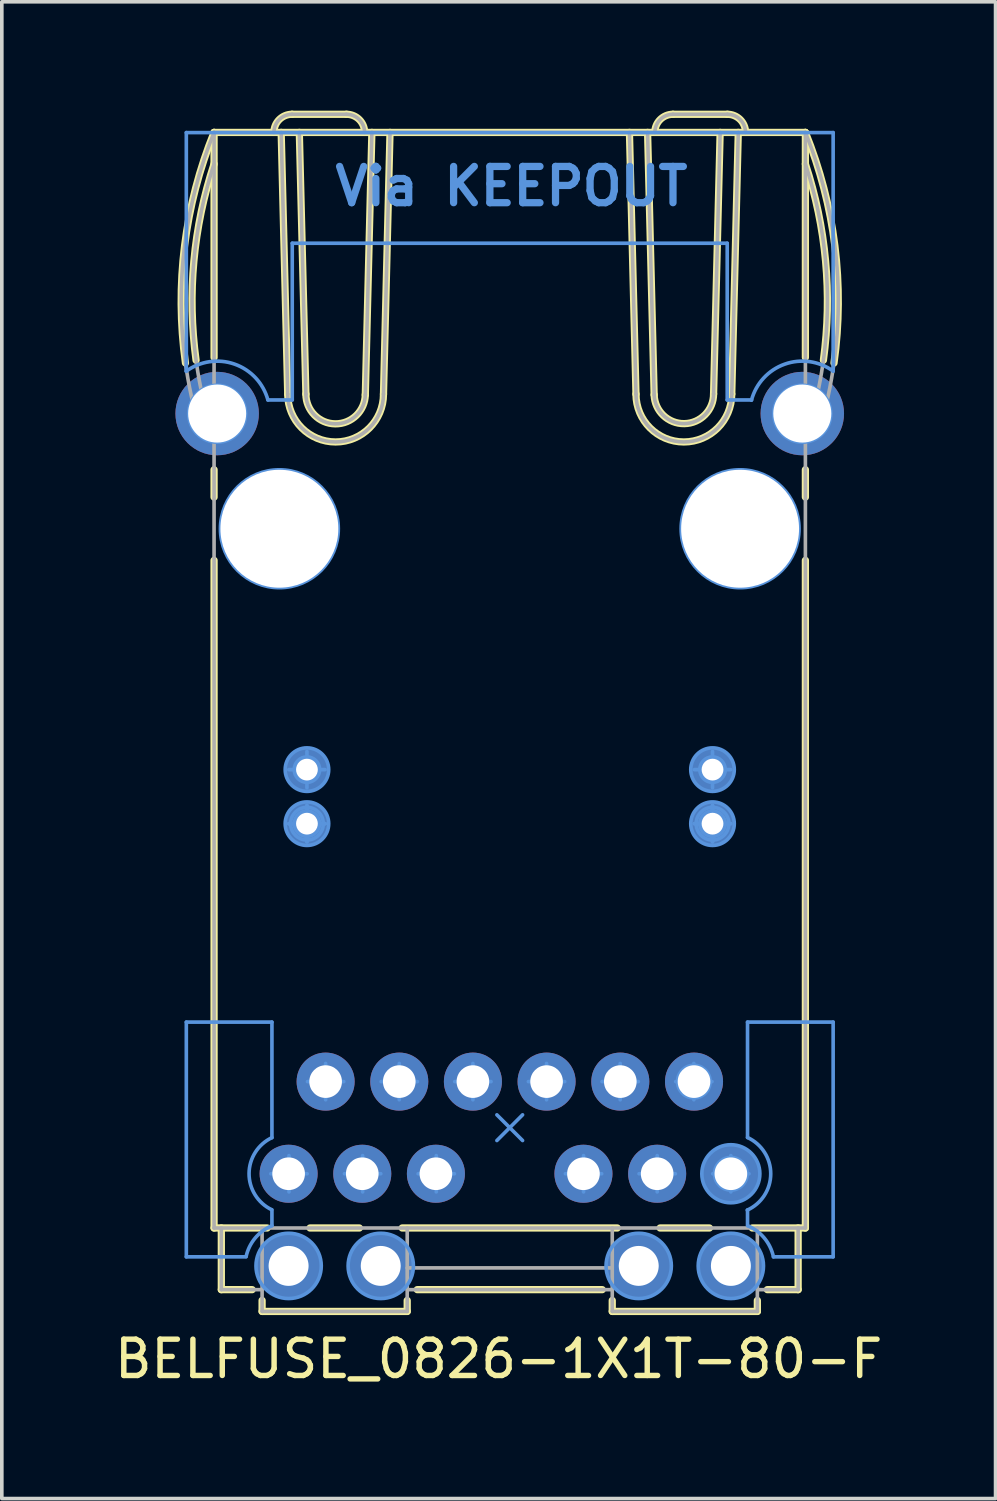
<source format=kicad_pcb>
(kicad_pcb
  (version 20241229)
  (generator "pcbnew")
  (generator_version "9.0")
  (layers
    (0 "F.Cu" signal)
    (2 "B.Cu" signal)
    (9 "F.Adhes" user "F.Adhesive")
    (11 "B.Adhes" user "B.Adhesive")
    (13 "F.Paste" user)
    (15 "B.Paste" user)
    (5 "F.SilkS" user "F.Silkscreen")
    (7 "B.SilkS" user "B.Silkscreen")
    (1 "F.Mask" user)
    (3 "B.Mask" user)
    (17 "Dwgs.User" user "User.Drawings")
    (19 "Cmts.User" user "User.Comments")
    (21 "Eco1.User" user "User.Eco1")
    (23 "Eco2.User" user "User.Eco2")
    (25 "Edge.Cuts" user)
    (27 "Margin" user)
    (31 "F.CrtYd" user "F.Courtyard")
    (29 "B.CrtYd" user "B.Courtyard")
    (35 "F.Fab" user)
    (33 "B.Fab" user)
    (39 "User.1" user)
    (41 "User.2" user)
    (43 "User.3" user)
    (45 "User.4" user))
  (footprint "BELFUSE_0826-1X1T-80-F"
    (layer "F.Cu")
    (at 11.001 28.035)
    (property "Reference" "BELFUSE_0826-1X1T-80-F" (at -0.305 6.375 0) (layer "F.SilkS") (effects (font (size 1 1) (thickness 0.15))))
    (attr through_hole)
    (fp_line (start -8.15 -27.435) (end 8.15 -27.435) (stroke (width 0.2) (type solid)) (layer "F.SilkS"))
    (fp_line (start -8.15 -21.233) (end -8.15 -27.435) (stroke (width 0.2) (type solid)) (layer "F.SilkS"))
    (fp_line (start -8.15 -17.382) (end -8.15 -18.137) (stroke (width 0.2) (type solid)) (layer "F.SilkS"))
    (fp_line (start -8.15 2.765) (end -8.15 -15.638) (stroke (width 0.2) (type solid)) (layer "F.SilkS"))
    (fp_line (start -8.15 2.765) (end -6.685 2.765) (stroke (width 0.2) (type solid)) (layer "F.SilkS"))
    (fp_line (start -7.95 4.465) (end -7.95 2.765) (stroke (width 0.2) (type solid)) (layer "F.SilkS"))
    (fp_line (start -7.95 4.465) (end -7.1 4.465) (stroke (width 0.2) (type solid)) (layer "F.SilkS"))
    (fp_line (start -6.826 5.065) (end -6.826 4.762) (stroke (width 0.2) (type solid)) (layer "F.SilkS"))
    (fp_line (start -6.826 5.065) (end -2.826 5.065) (stroke (width 0.2) (type solid)) (layer "F.SilkS"))
    (fp_line (start -6.3 -27.435) (end -6.12 -20.222) (stroke (width 0.2) (type solid)) (layer "F.SilkS"))
    (fp_line (start -6 -27.935) (end -4.5 -27.935) (stroke (width 0.2) (type solid)) (layer "F.SilkS"))
    (fp_line (start -5.8 -27.435) (end -5.619 -20.222) (stroke (width 0.2) (type solid)) (layer "F.SilkS"))
    (fp_line (start -5.505 2.765) (end -4.145 2.765) (stroke (width 0.2) (type solid)) (layer "F.SilkS"))
    (fp_line (start -3.981 -20.201) (end -3.8 -27.435) (stroke (width 0.2) (type solid)) (layer "F.SilkS"))
    (fp_line (start -3.48 -20.222) (end -3.3 -27.435) (stroke (width 0.2) (type solid)) (layer "F.SilkS"))
    (fp_line (start -2.965 2.765) (end 2.965 2.765) (stroke (width 0.2) (type solid)) (layer "F.SilkS"))
    (fp_line (start -2.826 5.065) (end -2.826 4.763) (stroke (width 0.2) (type solid)) (layer "F.SilkS"))
    (fp_line (start -2.549 4.465) (end 2.55 4.465) (stroke (width 0.2) (type solid)) (layer "F.SilkS"))
    (fp_line (start 2.826 5.065) (end 2.826 4.763) (stroke (width 0.2) (type solid)) (layer "F.SilkS"))
    (fp_line (start 2.826 5.065) (end 6.826 5.065) (stroke (width 0.2) (type solid)) (layer "F.SilkS"))
    (fp_line (start 3.3 -27.435) (end 3.48 -20.222) (stroke (width 0.2) (type solid)) (layer "F.SilkS"))
    (fp_line (start 3.8 -27.435) (end 3.981 -20.201) (stroke (width 0.2) (type solid)) (layer "F.SilkS"))
    (fp_line (start 4.145 2.765) (end 5.505 2.765) (stroke (width 0.2) (type solid)) (layer "F.SilkS"))
    (fp_line (start 4.5 -27.935) (end 6 -27.935) (stroke (width 0.2) (type solid)) (layer "F.SilkS"))
    (fp_line (start 5.619 -20.222) (end 5.8 -27.435) (stroke (width 0.2) (type solid)) (layer "F.SilkS"))
    (fp_line (start 6.12 -20.222) (end 6.3 -27.435) (stroke (width 0.2) (type solid)) (layer "F.SilkS"))
    (fp_line (start 6.685 2.765) (end 8.15 2.765) (stroke (width 0.2) (type solid)) (layer "F.SilkS"))
    (fp_line (start 6.826 5.065) (end 6.826 4.762) (stroke (width 0.2) (type solid)) (layer "F.SilkS"))
    (fp_line (start 7.101 4.465) (end 7.95 4.465) (stroke (width 0.2) (type solid)) (layer "F.SilkS"))
    (fp_line (start 7.95 4.465) (end 7.95 2.765) (stroke (width 0.2) (type solid)) (layer "F.SilkS"))
    (fp_line (start 8.15 -21.233) (end 8.15 -27.435) (stroke (width 0.2) (type solid)) (layer "F.SilkS"))
    (fp_line (start 8.15 -17.382) (end 8.15 -18.137) (stroke (width 0.2) (type solid)) (layer "F.SilkS"))
    (fp_line (start 8.15 2.765) (end 8.15 -15.638) (stroke (width 0.2) (type solid)) (layer "F.SilkS"))
    (fp_arc (start -8.938847 -21.079018) (mid -8.962814 -24.308936) (end -8.15 -27.435) (stroke (width 0.2) (type solid)) (layer "F.SilkS"))
    (fp_arc (start -8.646615 -21.156078) (mid -8.706442 -23.88883) (end -8.15 -26.565) (stroke (width 0.2) (type solid)) (layer "F.SilkS"))
    (fp_arc (start -6.5 -27.435) (mid -6.353553 -27.788553) (end -6 -27.935) (stroke (width 0.2) (type solid)) (layer "F.SilkS"))
    (fp_arc (start -4.5 -27.935) (mid -4.146447 -27.788553) (end -4 -27.435) (stroke (width 0.2) (type solid)) (layer "F.SilkS"))
    (fp_arc (start -3.981125 -20.207706) (mid -4.807147 -19.403031) (end -5.619 -20.222) (stroke (width 0.2) (type solid)) (layer "F.SilkS"))
    (fp_arc (start -3.48 -20.222) (mid -4.8 -18.902) (end -6.12 -20.222) (stroke (width 0.2) (type solid)) (layer "F.SilkS"))
    (fp_arc (start 4 -27.435) (mid 4.146447 -27.788553) (end 4.5 -27.935) (stroke (width 0.2) (type solid)) (layer "F.SilkS"))
    (fp_arc (start 5.619242 -20.228703) (mid 4.813852 -19.402848) (end 3.981 -20.201) (stroke (width 0.2) (type solid)) (layer "F.SilkS"))
    (fp_arc (start 6 -27.935) (mid 6.353553 -27.788553) (end 6.5 -27.435) (stroke (width 0.2) (type solid)) (layer "F.SilkS"))
    (fp_arc (start 6.12 -20.222) (mid 4.8 -18.902) (end 3.48 -20.222) (stroke (width 0.2) (type solid)) (layer "F.SilkS"))
    (fp_arc (start 8.15 -27.435) (mid 8.962814 -24.308936) (end 8.938847 -21.079018) (stroke (width 0.2) (type solid)) (layer "F.SilkS"))
    (fp_arc (start 8.15 -26.565) (mid 8.706442 -23.88883) (end 8.646615 -21.156078) (stroke (width 0.2) (type solid)) (layer "F.SilkS"))
    (fp_line (start -8.915 -27.43) (end 8.915 -27.43) (stroke (width 0.1) (type solid)) (layer "Cmts.User"))
    (fp_line (start -8.915 -20.855) (end -8.915 -27.43) (stroke (width 0.1) (type solid)) (layer "Cmts.User"))
    (fp_line (start -8.915 -2.91) (end -6.555 -2.91) (stroke (width 0.1) (type solid)) (layer "Cmts.User"))
    (fp_line (start -8.915 3.56) (end -8.915 -2.91) (stroke (width 0.1) (type solid)) (layer "Cmts.User"))
    (fp_line (start -8.915 3.56) (end -7.269 3.56) (stroke (width 0.1) (type solid)) (layer "Cmts.User"))
    (fp_line (start -8.565 -19.68) (end -8.065 -19.68) (stroke (width 0.1) (type solid)) (layer "Cmts.User"))
    (fp_line (start -8.065 -19.68) (end -8.065 -20.18) (stroke (width 0.1) (type solid)) (layer "Cmts.User"))
    (fp_line (start -8.065 -19.68) (end -7.565 -19.68) (stroke (width 0.1) (type solid)) (layer "Cmts.User"))
    (fp_line (start -8.065 -19.18) (end -8.065 -19.68) (stroke (width 0.1) (type solid)) (layer "Cmts.User"))
    (fp_line (start -6.85 -16.51) (end -6.35 -16.51) (stroke (width 0.1) (type solid)) (layer "Cmts.User"))
    (fp_line (start -6.666 -20.06) (end -5.995 -20.06) (stroke (width 0.1) (type solid)) (layer "Cmts.User"))
    (fp_line (start -6.595 3.81) (end -6.095 3.81) (stroke (width 0.1) (type solid)) (layer "Cmts.User"))
    (fp_line (start -6.585 1.27) (end -6.085 1.27) (stroke (width 0.1) (type solid)) (layer "Cmts.User"))
    (fp_line (start -6.555 0.275) (end -6.555 -2.91) (stroke (width 0.1) (type solid)) (layer "Cmts.User"))
    (fp_line (start -6.555 2.702) (end -6.555 2.265) (stroke (width 0.1) (type solid)) (layer "Cmts.User"))
    (fp_line (start -6.35 -16.51) (end -6.35 -17.01) (stroke (width 0.1) (type solid)) (layer "Cmts.User"))
    (fp_line (start -6.35 -16.51) (end -5.85 -16.51) (stroke (width 0.1) (type solid)) (layer "Cmts.User"))
    (fp_line (start -6.35 -16.01) (end -6.35 -16.51) (stroke (width 0.1) (type solid)) (layer "Cmts.User"))
    (fp_line (start -6.095 3.81) (end -6.095 3.31) (stroke (width 0.1) (type solid)) (layer "Cmts.User"))
    (fp_line (start -6.095 3.81) (end -5.595 3.81) (stroke (width 0.1) (type solid)) (layer "Cmts.User"))
    (fp_line (start -6.095 4.31) (end -6.095 3.81) (stroke (width 0.1) (type solid)) (layer "Cmts.User"))
    (fp_line (start -6.09 -9.87) (end -5.59 -9.87) (stroke (width 0.1) (type solid)) (layer "Cmts.User"))
    (fp_line (start -6.09 -8.38) (end -5.59 -8.38) (stroke (width 0.1) (type solid)) (layer "Cmts.User"))
    (fp_line (start -6.09 -8.38) (end -5.59 -8.38) (stroke (width 0.1) (type solid)) (layer "Cmts.User"))
    (fp_line (start -6.085 1.27) (end -6.085 0.77) (stroke (width 0.1) (type solid)) (layer "Cmts.User"))
    (fp_line (start -6.085 1.27) (end -5.585 1.27) (stroke (width 0.1) (type solid)) (layer "Cmts.User"))
    (fp_line (start -6.085 1.77) (end -6.085 1.27) (stroke (width 0.1) (type solid)) (layer "Cmts.User"))
    (fp_line (start -5.995 -24.38) (end 5.995 -24.38) (stroke (width 0.1) (type solid)) (layer "Cmts.User"))
    (fp_line (start -5.995 -20.06) (end -5.995 -24.38) (stroke (width 0.1) (type solid)) (layer "Cmts.User"))
    (fp_line (start -5.59 -9.87) (end -5.59 -10.37) (stroke (width 0.1) (type solid)) (layer "Cmts.User"))
    (fp_line (start -5.59 -9.87) (end -5.09 -9.87) (stroke (width 0.1) (type solid)) (layer "Cmts.User"))
    (fp_line (start -5.59 -9.37) (end -5.59 -9.87) (stroke (width 0.1) (type solid)) (layer "Cmts.User"))
    (fp_line (start -5.59 -8.38) (end -5.59 -8.88) (stroke (width 0.1) (type solid)) (layer "Cmts.User"))
    (fp_line (start -5.59 -8.38) (end -5.59 -8.88) (stroke (width 0.1) (type solid)) (layer "Cmts.User"))
    (fp_line (start -5.59 -8.38) (end -5.09 -8.38) (stroke (width 0.1) (type solid)) (layer "Cmts.User"))
    (fp_line (start -5.59 -8.38) (end -5.09 -8.38) (stroke (width 0.1) (type solid)) (layer "Cmts.User"))
    (fp_line (start -5.59 -7.88) (end -5.59 -8.38) (stroke (width 0.1) (type solid)) (layer "Cmts.User"))
    (fp_line (start -5.59 -7.88) (end -5.59 -8.38) (stroke (width 0.1) (type solid)) (layer "Cmts.User"))
    (fp_line (start -5.575 -1.27) (end -5.075 -1.27) (stroke (width 0.1) (type solid)) (layer "Cmts.User"))
    (fp_line (start -5.075 -1.27) (end -5.075 -1.77) (stroke (width 0.1) (type solid)) (layer "Cmts.User"))
    (fp_line (start -5.075 -1.27) (end -4.575 -1.27) (stroke (width 0.1) (type solid)) (layer "Cmts.User"))
    (fp_line (start -5.075 -0.77) (end -5.075 -1.27) (stroke (width 0.1) (type solid)) (layer "Cmts.User"))
    (fp_line (start -4.555 1.27) (end -4.055 1.27) (stroke (width 0.1) (type solid)) (layer "Cmts.User"))
    (fp_line (start -4.055 1.27) (end -4.055 0.77) (stroke (width 0.1) (type solid)) (layer "Cmts.User"))
    (fp_line (start -4.055 1.27) (end -3.555 1.27) (stroke (width 0.1) (type solid)) (layer "Cmts.User"))
    (fp_line (start -4.055 1.77) (end -4.055 1.27) (stroke (width 0.1) (type solid)) (layer "Cmts.User"))
    (fp_line (start -4.055 3.81) (end -3.555 3.81) (stroke (width 0.1) (type solid)) (layer "Cmts.User"))
    (fp_line (start -3.555 3.81) (end -3.555 3.31) (stroke (width 0.1) (type solid)) (layer "Cmts.User"))
    (fp_line (start -3.555 3.81) (end -3.055 3.81) (stroke (width 0.1) (type solid)) (layer "Cmts.User"))
    (fp_line (start -3.555 4.31) (end -3.555 3.81) (stroke (width 0.1) (type solid)) (layer "Cmts.User"))
    (fp_line (start -3.545 -1.27) (end -3.045 -1.27) (stroke (width 0.1) (type solid)) (layer "Cmts.User"))
    (fp_line (start -3.045 -1.27) (end -3.045 -1.77) (stroke (width 0.1) (type solid)) (layer "Cmts.User"))
    (fp_line (start -3.045 -1.27) (end -2.545 -1.27) (stroke (width 0.1) (type solid)) (layer "Cmts.User"))
    (fp_line (start -3.045 -0.77) (end -3.045 -1.27) (stroke (width 0.1) (type solid)) (layer "Cmts.User"))
    (fp_line (start -2.525 1.27) (end -2.025 1.27) (stroke (width 0.1) (type solid)) (layer "Cmts.User"))
    (fp_line (start -2.025 1.27) (end -2.025 0.77) (stroke (width 0.1) (type solid)) (layer "Cmts.User"))
    (fp_line (start -2.025 1.27) (end -1.525 1.27) (stroke (width 0.1) (type solid)) (layer "Cmts.User"))
    (fp_line (start -2.025 1.77) (end -2.025 1.27) (stroke (width 0.1) (type solid)) (layer "Cmts.User"))
    (fp_line (start -1.515 -1.27) (end -1.015 -1.27) (stroke (width 0.1) (type solid)) (layer "Cmts.User"))
    (fp_line (start -1.015 -1.27) (end -1.015 -1.77) (stroke (width 0.1) (type solid)) (layer "Cmts.User"))
    (fp_line (start -1.015 -1.27) (end -0.515 -1.27) (stroke (width 0.1) (type solid)) (layer "Cmts.User"))
    (fp_line (start -1.015 -0.77) (end -1.015 -1.27) (stroke (width 0.1) (type solid)) (layer "Cmts.User"))
    (fp_line (start -0.354 -0.354) (end 0 0) (stroke (width 0.1) (type solid)) (layer "Cmts.User"))
    (fp_line (start -0.354 0.354) (end 0 0) (stroke (width 0.1) (type solid)) (layer "Cmts.User"))
    (fp_line (start 0 0) (end 0.354 -0.354) (stroke (width 0.1) (type solid)) (layer "Cmts.User"))
    (fp_line (start 0 0) (end 0.354 0.354) (stroke (width 0.1) (type solid)) (layer "Cmts.User"))
    (fp_line (start 0.515 -1.27) (end 1.015 -1.27) (stroke (width 0.1) (type solid)) (layer "Cmts.User"))
    (fp_line (start 1.015 -1.27) (end 1.015 -1.77) (stroke (width 0.1) (type solid)) (layer "Cmts.User"))
    (fp_line (start 1.015 -1.27) (end 1.515 -1.27) (stroke (width 0.1) (type solid)) (layer "Cmts.User"))
    (fp_line (start 1.015 -0.77) (end 1.015 -1.27) (stroke (width 0.1) (type solid)) (layer "Cmts.User"))
    (fp_line (start 1.535 1.27) (end 2.035 1.27) (stroke (width 0.1) (type solid)) (layer "Cmts.User"))
    (fp_line (start 2.035 1.27) (end 2.035 0.77) (stroke (width 0.1) (type solid)) (layer "Cmts.User"))
    (fp_line (start 2.035 1.27) (end 2.535 1.27) (stroke (width 0.1) (type solid)) (layer "Cmts.User"))
    (fp_line (start 2.035 1.77) (end 2.035 1.27) (stroke (width 0.1) (type solid)) (layer "Cmts.User"))
    (fp_line (start 2.545 -1.27) (end 3.045 -1.27) (stroke (width 0.1) (type solid)) (layer "Cmts.User"))
    (fp_line (start 3.045 -1.27) (end 3.045 -1.77) (stroke (width 0.1) (type solid)) (layer "Cmts.User"))
    (fp_line (start 3.045 -1.27) (end 3.545 -1.27) (stroke (width 0.1) (type solid)) (layer "Cmts.User"))
    (fp_line (start 3.045 -0.77) (end 3.045 -1.27) (stroke (width 0.1) (type solid)) (layer "Cmts.User"))
    (fp_line (start 3.055 3.81) (end 3.555 3.81) (stroke (width 0.1) (type solid)) (layer "Cmts.User"))
    (fp_line (start 3.555 3.81) (end 3.555 3.31) (stroke (width 0.1) (type solid)) (layer "Cmts.User"))
    (fp_line (start 3.555 3.81) (end 4.055 3.81) (stroke (width 0.1) (type solid)) (layer "Cmts.User"))
    (fp_line (start 3.555 4.31) (end 3.555 3.81) (stroke (width 0.1) (type solid)) (layer "Cmts.User"))
    (fp_line (start 3.565 1.27) (end 4.065 1.27) (stroke (width 0.1) (type solid)) (layer "Cmts.User"))
    (fp_line (start 4.065 1.27) (end 4.065 0.77) (stroke (width 0.1) (type solid)) (layer "Cmts.User"))
    (fp_line (start 4.065 1.27) (end 4.565 1.27) (stroke (width 0.1) (type solid)) (layer "Cmts.User"))
    (fp_line (start 4.065 1.77) (end 4.065 1.27) (stroke (width 0.1) (type solid)) (layer "Cmts.User"))
    (fp_line (start 4.575 -1.27) (end 5.075 -1.27) (stroke (width 0.1) (type solid)) (layer "Cmts.User"))
    (fp_line (start 5.075 -1.27) (end 5.075 -1.77) (stroke (width 0.1) (type solid)) (layer "Cmts.User"))
    (fp_line (start 5.075 -1.27) (end 5.575 -1.27) (stroke (width 0.1) (type solid)) (layer "Cmts.User"))
    (fp_line (start 5.075 -0.77) (end 5.075 -1.27) (stroke (width 0.1) (type solid)) (layer "Cmts.User"))
    (fp_line (start 5.09 -9.87) (end 5.59 -9.87) (stroke (width 0.1) (type solid)) (layer "Cmts.User"))
    (fp_line (start 5.09 -8.38) (end 5.59 -8.38) (stroke (width 0.1) (type solid)) (layer "Cmts.User"))
    (fp_line (start 5.09 -8.38) (end 5.59 -8.38) (stroke (width 0.1) (type solid)) (layer "Cmts.User"))
    (fp_line (start 5.59 -9.87) (end 5.59 -10.37) (stroke (width 0.1) (type solid)) (layer "Cmts.User"))
    (fp_line (start 5.59 -9.87) (end 6.09 -9.87) (stroke (width 0.1) (type solid)) (layer "Cmts.User"))
    (fp_line (start 5.59 -9.37) (end 5.59 -9.87) (stroke (width 0.1) (type solid)) (layer "Cmts.User"))
    (fp_line (start 5.59 -8.38) (end 5.59 -8.88) (stroke (width 0.1) (type solid)) (layer "Cmts.User"))
    (fp_line (start 5.59 -8.38) (end 5.59 -8.88) (stroke (width 0.1) (type solid)) (layer "Cmts.User"))
    (fp_line (start 5.59 -8.38) (end 6.09 -8.38) (stroke (width 0.1) (type solid)) (layer "Cmts.User"))
    (fp_line (start 5.59 -8.38) (end 6.09 -8.38) (stroke (width 0.1) (type solid)) (layer "Cmts.User"))
    (fp_line (start 5.59 -7.88) (end 5.59 -8.38) (stroke (width 0.1) (type solid)) (layer "Cmts.User"))
    (fp_line (start 5.59 -7.88) (end 5.59 -8.38) (stroke (width 0.1) (type solid)) (layer "Cmts.User"))
    (fp_line (start 5.595 1.27) (end 6.095 1.27) (stroke (width 0.1) (type solid)) (layer "Cmts.User"))
    (fp_line (start 5.595 3.81) (end 6.095 3.81) (stroke (width 0.1) (type solid)) (layer "Cmts.User"))
    (fp_line (start 5.85 -16.51) (end 6.35 -16.51) (stroke (width 0.1) (type solid)) (layer "Cmts.User"))
    (fp_line (start 5.995 -20.06) (end 5.995 -24.38) (stroke (width 0.1) (type solid)) (layer "Cmts.User"))
    (fp_line (start 5.995 -20.06) (end 6.666 -20.06) (stroke (width 0.1) (type solid)) (layer "Cmts.User"))
    (fp_line (start 6.095 1.27) (end 6.095 0.77) (stroke (width 0.1) (type solid)) (layer "Cmts.User"))
    (fp_line (start 6.095 1.27) (end 6.595 1.27) (stroke (width 0.1) (type solid)) (layer "Cmts.User"))
    (fp_line (start 6.095 1.77) (end 6.095 1.27) (stroke (width 0.1) (type solid)) (layer "Cmts.User"))
    (fp_line (start 6.095 3.81) (end 6.095 3.31) (stroke (width 0.1) (type solid)) (layer "Cmts.User"))
    (fp_line (start 6.095 3.81) (end 6.595 3.81) (stroke (width 0.1) (type solid)) (layer "Cmts.User"))
    (fp_line (start 6.095 4.31) (end 6.095 3.81) (stroke (width 0.1) (type solid)) (layer "Cmts.User"))
    (fp_line (start 6.35 -16.51) (end 6.35 -17.01) (stroke (width 0.1) (type solid)) (layer "Cmts.User"))
    (fp_line (start 6.35 -16.51) (end 6.85 -16.51) (stroke (width 0.1) (type solid)) (layer "Cmts.User"))
    (fp_line (start 6.35 -16.01) (end 6.35 -16.51) (stroke (width 0.1) (type solid)) (layer "Cmts.User"))
    (fp_line (start 6.555 -2.91) (end 8.915 -2.91) (stroke (width 0.1) (type solid)) (layer "Cmts.User"))
    (fp_line (start 6.555 0.271) (end 6.555 -2.91) (stroke (width 0.1) (type solid)) (layer "Cmts.User"))
    (fp_line (start 6.555 2.702) (end 6.555 2.269) (stroke (width 0.1) (type solid)) (layer "Cmts.User"))
    (fp_line (start 7.269 3.56) (end 8.915 3.56) (stroke (width 0.1) (type solid)) (layer "Cmts.User"))
    (fp_line (start 7.565 -19.68) (end 8.065 -19.68) (stroke (width 0.1) (type solid)) (layer "Cmts.User"))
    (fp_line (start 8.065 -19.68) (end 8.065 -20.18) (stroke (width 0.1) (type solid)) (layer "Cmts.User"))
    (fp_line (start 8.065 -19.68) (end 8.565 -19.68) (stroke (width 0.1) (type solid)) (layer "Cmts.User"))
    (fp_line (start 8.065 -19.18) (end 8.065 -19.68) (stroke (width 0.1) (type solid)) (layer "Cmts.User"))
    (fp_line (start 8.915 -20.855) (end 8.915 -27.43) (stroke (width 0.1) (type solid)) (layer "Cmts.User"))
    (fp_line (start 8.915 3.56) (end 8.915 -2.91) (stroke (width 0.1) (type solid)) (layer "Cmts.User"))
    (fp_arc (start -8.921117 -20.849899) (mid -7.585766 -21.048187) (end -6.666 -20.06) (stroke (width 0.1) (type solid)) (layer "Cmts.User"))
    (fp_arc (start -7.266466 3.551287) (mid -7.014643 3.039596) (end -6.555 2.702) (stroke (width 0.1) (type solid)) (layer "Cmts.User"))
    (fp_arc (start -6.56248 2.261432) (mid -7.185412 1.265856) (end -6.555 0.275) (stroke (width 0.1) (type solid)) (layer "Cmts.User"))
    (fp_arc (start 6.555 0.271) (mid 7.19481 1.274303) (end 6.547168 2.272569) (stroke (width 0.1) (type solid)) (layer "Cmts.User"))
    (fp_arc (start 6.563591 2.704921) (mid 7.020914 3.046154) (end 7.269 3.56) (stroke (width 0.1) (type solid)) (layer "Cmts.User"))
    (fp_arc (start 6.66343 -20.052461) (mid 7.578097 -21.046035) (end 8.915 -20.855) (stroke (width 0.1) (type solid)) (layer "Cmts.User"))
    (fp_circle (center -8.065 -19.68) (end -7.28 -19.68) (stroke (width 0.1) (type solid)) (fill no) (layer "Cmts.User"))
    (fp_circle (center -6.35 -16.51) (end -4.725 -16.51) (stroke (width 0.1) (type solid)) (fill no) (layer "Cmts.User"))
    (fp_circle (center -6.095 3.81) (end -5.595 3.81) (stroke (width 0.1) (type solid)) (fill no) (layer "Cmts.User"))
    (fp_circle (center -6.095 3.81) (end -5.195 3.81) (stroke (width 0.1) (type solid)) (fill no) (layer "Cmts.User"))
    (fp_circle (center -5.59 -9.87) (end -5.24 -9.87) (stroke (width 0.1) (type solid)) (fill no) (layer "Cmts.User"))
    (fp_circle (center -5.59 -9.87) (end -4.99 -9.87) (stroke (width 0.1) (type solid)) (fill no) (layer "Cmts.User"))
    (fp_circle (center -5.59 -8.38) (end -5.24 -8.38) (stroke (width 0.1) (type solid)) (fill no) (layer "Cmts.User"))
    (fp_circle (center -5.59 -8.38) (end -5.14 -8.38) (stroke (width 0.1) (type solid)) (fill no) (layer "Cmts.User"))
    (fp_circle (center -5.59 -8.38) (end -4.99 -8.38) (stroke (width 0.1) (type solid)) (fill no) (layer "Cmts.User"))
    (fp_circle (center -3.555 3.81) (end -2.655 3.81) (stroke (width 0.1) (type solid)) (fill no) (layer "Cmts.User"))
    (fp_circle (center 3.555 3.81) (end 4.455 3.81) (stroke (width 0.1) (type solid)) (fill no) (layer "Cmts.User"))
    (fp_circle (center 5.075 -1.27) (end 5.525 -1.27) (stroke (width 0.1) (type solid)) (fill no) (layer "Cmts.User"))
    (fp_circle (center 5.59 -9.87) (end 5.94 -9.87) (stroke (width 0.1) (type solid)) (fill no) (layer "Cmts.User"))
    (fp_circle (center 5.59 -9.87) (end 6.19 -9.87) (stroke (width 0.1) (type solid)) (fill no) (layer "Cmts.User"))
    (fp_circle (center 5.59 -8.38) (end 5.94 -8.38) (stroke (width 0.1) (type solid)) (fill no) (layer "Cmts.User"))
    (fp_circle (center 5.59 -8.38) (end 6.04 -8.38) (stroke (width 0.1) (type solid)) (fill no) (layer "Cmts.User"))
    (fp_circle (center 5.59 -8.38) (end 6.19 -8.38) (stroke (width 0.1) (type solid)) (fill no) (layer "Cmts.User"))
    (fp_circle (center 6.095 1.27) (end 6.545 1.27) (stroke (width 0.1) (type solid)) (fill no) (layer "Cmts.User"))
    (fp_circle (center 6.095 1.27) (end 6.895 1.27) (stroke (width 0.1) (type solid)) (fill no) (layer "Cmts.User"))
    (fp_circle (center 6.095 3.81) (end 6.595 3.81) (stroke (width 0.1) (type solid)) (fill no) (layer "Cmts.User"))
    (fp_circle (center 6.095 3.81) (end 6.995 3.81) (stroke (width 0.1) (type solid)) (fill no) (layer "Cmts.User"))
    (fp_circle (center 6.35 -16.51) (end 7.975 -16.51) (stroke (width 0.1) (type solid)) (fill no) (layer "Cmts.User"))
    (fp_circle (center 8.065 -19.68) (end 8.85 -19.68) (stroke (width 0.1) (type solid)) (fill no) (layer "Cmts.User"))
    (fp_line (start -8.595 -19.435) (end -8.306 -19.516) (stroke (width 0.1) (type solid)) (layer "F.Fab"))
    (fp_line (start -8.15 -27.435) (end 8.15 -27.435) (stroke (width 0.1) (type solid)) (layer "F.Fab"))
    (fp_line (start -8.15 2.765) (end -8.15 -27.435) (stroke (width 0.1) (type solid)) (layer "F.Fab"))
    (fp_line (start -8.15 2.765) (end 8.15 2.765) (stroke (width 0.1) (type solid)) (layer "F.Fab"))
    (fp_line (start -7.95 4.465) (end -7.95 2.765) (stroke (width 0.1) (type solid)) (layer "F.Fab"))
    (fp_line (start -7.95 4.465) (end -6.826 4.465) (stroke (width 0.1) (type solid)) (layer "F.Fab"))
    (fp_line (start -6.826 5.065) (end -6.826 2.765) (stroke (width 0.1) (type solid)) (layer "F.Fab"))
    (fp_line (start -6.826 5.065) (end -2.826 5.065) (stroke (width 0.1) (type solid)) (layer "F.Fab"))
    (fp_line (start -6.3 -27.435) (end -6.12 -20.222) (stroke (width 0.1) (type solid)) (layer "F.Fab"))
    (fp_line (start -6 -27.935) (end -4.5 -27.935) (stroke (width 0.1) (type solid)) (layer "F.Fab"))
    (fp_line (start -5.8 -27.435) (end -5.619 -20.222) (stroke (width 0.1) (type solid)) (layer "F.Fab"))
    (fp_line (start -3.981 -20.201) (end -3.8 -27.435) (stroke (width 0.1) (type solid)) (layer "F.Fab"))
    (fp_line (start -3.48 -20.222) (end -3.3 -27.435) (stroke (width 0.1) (type solid)) (layer "F.Fab"))
    (fp_line (start -2.826 3.865) (end 2.826 3.865) (stroke (width 0.1) (type solid)) (layer "F.Fab"))
    (fp_line (start -2.826 4.465) (end 2.826 4.465) (stroke (width 0.1) (type solid)) (layer "F.Fab"))
    (fp_line (start -2.826 5.065) (end -2.826 2.765) (stroke (width 0.1) (type solid)) (layer "F.Fab"))
    (fp_line (start 2.826 5.065) (end 2.826 2.765) (stroke (width 0.1) (type solid)) (layer "F.Fab"))
    (fp_line (start 2.826 5.065) (end 6.826 5.065) (stroke (width 0.1) (type solid)) (layer "F.Fab"))
    (fp_line (start 3.3 -27.435) (end 3.48 -20.222) (stroke (width 0.1) (type solid)) (layer "F.Fab"))
    (fp_line (start 3.8 -27.435) (end 3.981 -20.201) (stroke (width 0.1) (type solid)) (layer "F.Fab"))
    (fp_line (start 4.5 -27.935) (end 6 -27.935) (stroke (width 0.1) (type solid)) (layer "F.Fab"))
    (fp_line (start 5.619 -20.222) (end 5.8 -27.435) (stroke (width 0.1) (type solid)) (layer "F.Fab"))
    (fp_line (start 6.12 -20.222) (end 6.3 -27.435) (stroke (width 0.1) (type solid)) (layer "F.Fab"))
    (fp_line (start 6.826 4.465) (end 7.95 4.465) (stroke (width 0.1) (type solid)) (layer "F.Fab"))
    (fp_line (start 6.826 5.065) (end 6.826 2.765) (stroke (width 0.1) (type solid)) (layer "F.Fab"))
    (fp_line (start 7.95 4.465) (end 7.95 2.765) (stroke (width 0.1) (type solid)) (layer "F.Fab"))
    (fp_line (start 8.15 2.765) (end 8.15 -27.435) (stroke (width 0.1) (type solid)) (layer "F.Fab"))
    (fp_line (start 8.306 -19.516) (end 8.595 -19.435) (stroke (width 0.1) (type solid)) (layer "F.Fab"))
    (fp_arc (start -8.582157 -19.390076) (mid -9.039208 -23.448697) (end -8.15 -27.435) (stroke (width 0.1) (type solid)) (layer "F.Fab"))
    (fp_arc (start -8.303494 -19.507056) (mid -8.754155 -23.047498) (end -8.15 -26.565) (stroke (width 0.1) (type solid)) (layer "F.Fab"))
    (fp_arc (start -6.5 -27.435) (mid -6.353553 -27.788553) (end -6 -27.935) (stroke (width 0.1) (type solid)) (layer "F.Fab"))
    (fp_arc (start -4.5 -27.935) (mid -4.146447 -27.788553) (end -4 -27.435) (stroke (width 0.1) (type solid)) (layer "F.Fab"))
    (fp_arc (start -3.981125 -20.207706) (mid -4.807147 -19.403031) (end -5.619 -20.222) (stroke (width 0.1) (type solid)) (layer "F.Fab"))
    (fp_arc (start -3.48 -20.222) (mid -4.8 -18.902) (end -6.12 -20.222) (stroke (width 0.1) (type solid)) (layer "F.Fab"))
    (fp_arc (start 4 -27.435) (mid 4.146447 -27.788553) (end 4.5 -27.935) (stroke (width 0.1) (type solid)) (layer "F.Fab"))
    (fp_arc (start 5.619242 -20.228703) (mid 4.813852 -19.402848) (end 3.981 -20.201) (stroke (width 0.1) (type solid)) (layer "F.Fab"))
    (fp_arc (start 6 -27.935) (mid 6.353553 -27.788553) (end 6.5 -27.435) (stroke (width 0.1) (type solid)) (layer "F.Fab"))
    (fp_arc (start 6.12 -20.222) (mid 4.8 -18.902) (end 3.48 -20.222) (stroke (width 0.1) (type solid)) (layer "F.Fab"))
    (fp_arc (start 8.15 -27.435) (mid 9.039208 -23.448697) (end 8.582157 -19.390076) (stroke (width 0.1) (type solid)) (layer "F.Fab"))
    (fp_arc (start 8.15 -26.565) (mid 8.754155 -23.047498) (end 8.303494 -19.507056) (stroke (width 0.1) (type solid)) (layer "F.Fab"))
    (fp_text user "Via KEEPOUT" (at 0.048 -25.95 0) (layer "Cmts.User") (effects (font (size 1 1) (thickness 0.2))))
    (pad "" np_thru_hole circle (at -6.35 -16.51) (size 3.25 3.25) (drill 3.25) (layers "*.Cu" "*.Mask"))
    (pad "" np_thru_hole circle (at 6.35 -16.51) (size 3.25 3.25) (drill 3.25) (layers "*.Cu" "*.Mask"))
    (pad "1" thru_hole circle (at -5.075 -1.27) (size 1.6 1.6) (drill 0.9) (layers "*.Cu" "*.Mask"))
    (pad "2" thru_hole circle (at -3.045 -1.27) (size 1.6 1.6) (drill 0.9) (layers "*.Cu" "*.Mask"))
    (pad "3" thru_hole circle (at -1.015 -1.27) (size 1.6 1.6) (drill 0.9) (layers "*.Cu" "*.Mask"))
    (pad "4" thru_hole circle (at 1.016 -1.27) (size 1.6 1.6) (drill 0.9) (layers "*.Cu" "*.Mask"))
    (pad "5" thru_hole circle (at 3.048 -1.27) (size 1.6 1.6) (drill 0.9) (layers "*.Cu" "*.Mask"))
    (pad "6" thru_hole circle (at 5.08 -1.27) (size 1.6 1.6) (drill 0.9) (layers "*.Cu" "*.Mask"))
    (pad "7" thru_hole circle (at -6.095 1.27) (size 1.6 1.6) (drill 0.9) (layers "*.Cu" "*.Mask"))
    (pad "8" thru_hole circle (at -4.065 1.27) (size 1.6 1.6) (drill 0.9) (layers "*.Cu" "*.Mask"))
    (pad "9" thru_hole circle (at -2.035 1.27) (size 1.6 1.6) (drill 0.9) (layers "*.Cu" "*.Mask"))
    (pad "10" thru_hole circle (at 2.032 1.27) (size 1.6 1.6) (drill 0.9) (layers "*.Cu" "*.Mask"))
    (pad "11" thru_hole circle (at 4.064 1.27) (size 1.6 1.6) (drill 0.9) (layers "*.Cu" "*.Mask"))
    (pad "12" thru_hole circle (at 6.096 1.27) (size 1.6 1.6) (drill 0.9) (layers "*.Cu" "*.Mask"))
    (pad "13" thru_hole circle (at -5.59 -8.38) (size 1.2 1.2) (drill 0.6) (layers "*.Cu" "*.Mask"))
    (pad "14" thru_hole circle (at 5.59 -8.38) (size 1.2 1.2) (drill 0.6) (layers "*.Cu" "*.Mask"))
    (pad "15" thru_hole circle (at -5.59 -9.87) (size 1.2 1.2) (drill 0.6) (layers "*.Cu" "*.Mask"))
    (pad "16" thru_hole circle (at 5.59 -9.87) (size 1.2 1.2) (drill 0.6) (layers "*.Cu" "*.Mask"))
    (pad "17" thru_hole circle (at -6.096 3.81) (size 1.8 1.8) (drill 1.1) (layers "*.Cu" "*.Mask"))
    (pad "18" thru_hole circle (at -3.556 3.81) (size 1.8 1.8) (drill 1.1) (layers "*.Cu" "*.Mask"))
    (pad "19" thru_hole circle (at 3.556 3.81) (size 1.8 1.8) (drill 1.1) (layers "*.Cu" "*.Mask"))
    (pad "20" thru_hole circle (at 6.096 3.81) (size 1.8 1.8) (drill 1.1) (layers "*.Cu" "*.Mask"))
    (pad "21" thru_hole circle (at -8.065 -19.685) (size 2.3 2.3) (drill 1.6) (layers "*.Cu" "*.Mask"))
    (pad "22" thru_hole circle (at 8.065 -19.685) (size 2.3 2.3) (drill 1.6) (layers "*.Cu" "*.Mask")))
  (gr_rect
    (start -3 -3)
    (end 24.393 38.259)
    (stroke (width 0.1) (type default))
    (fill no)
    (layer "Edge.Cuts")))
</source>
